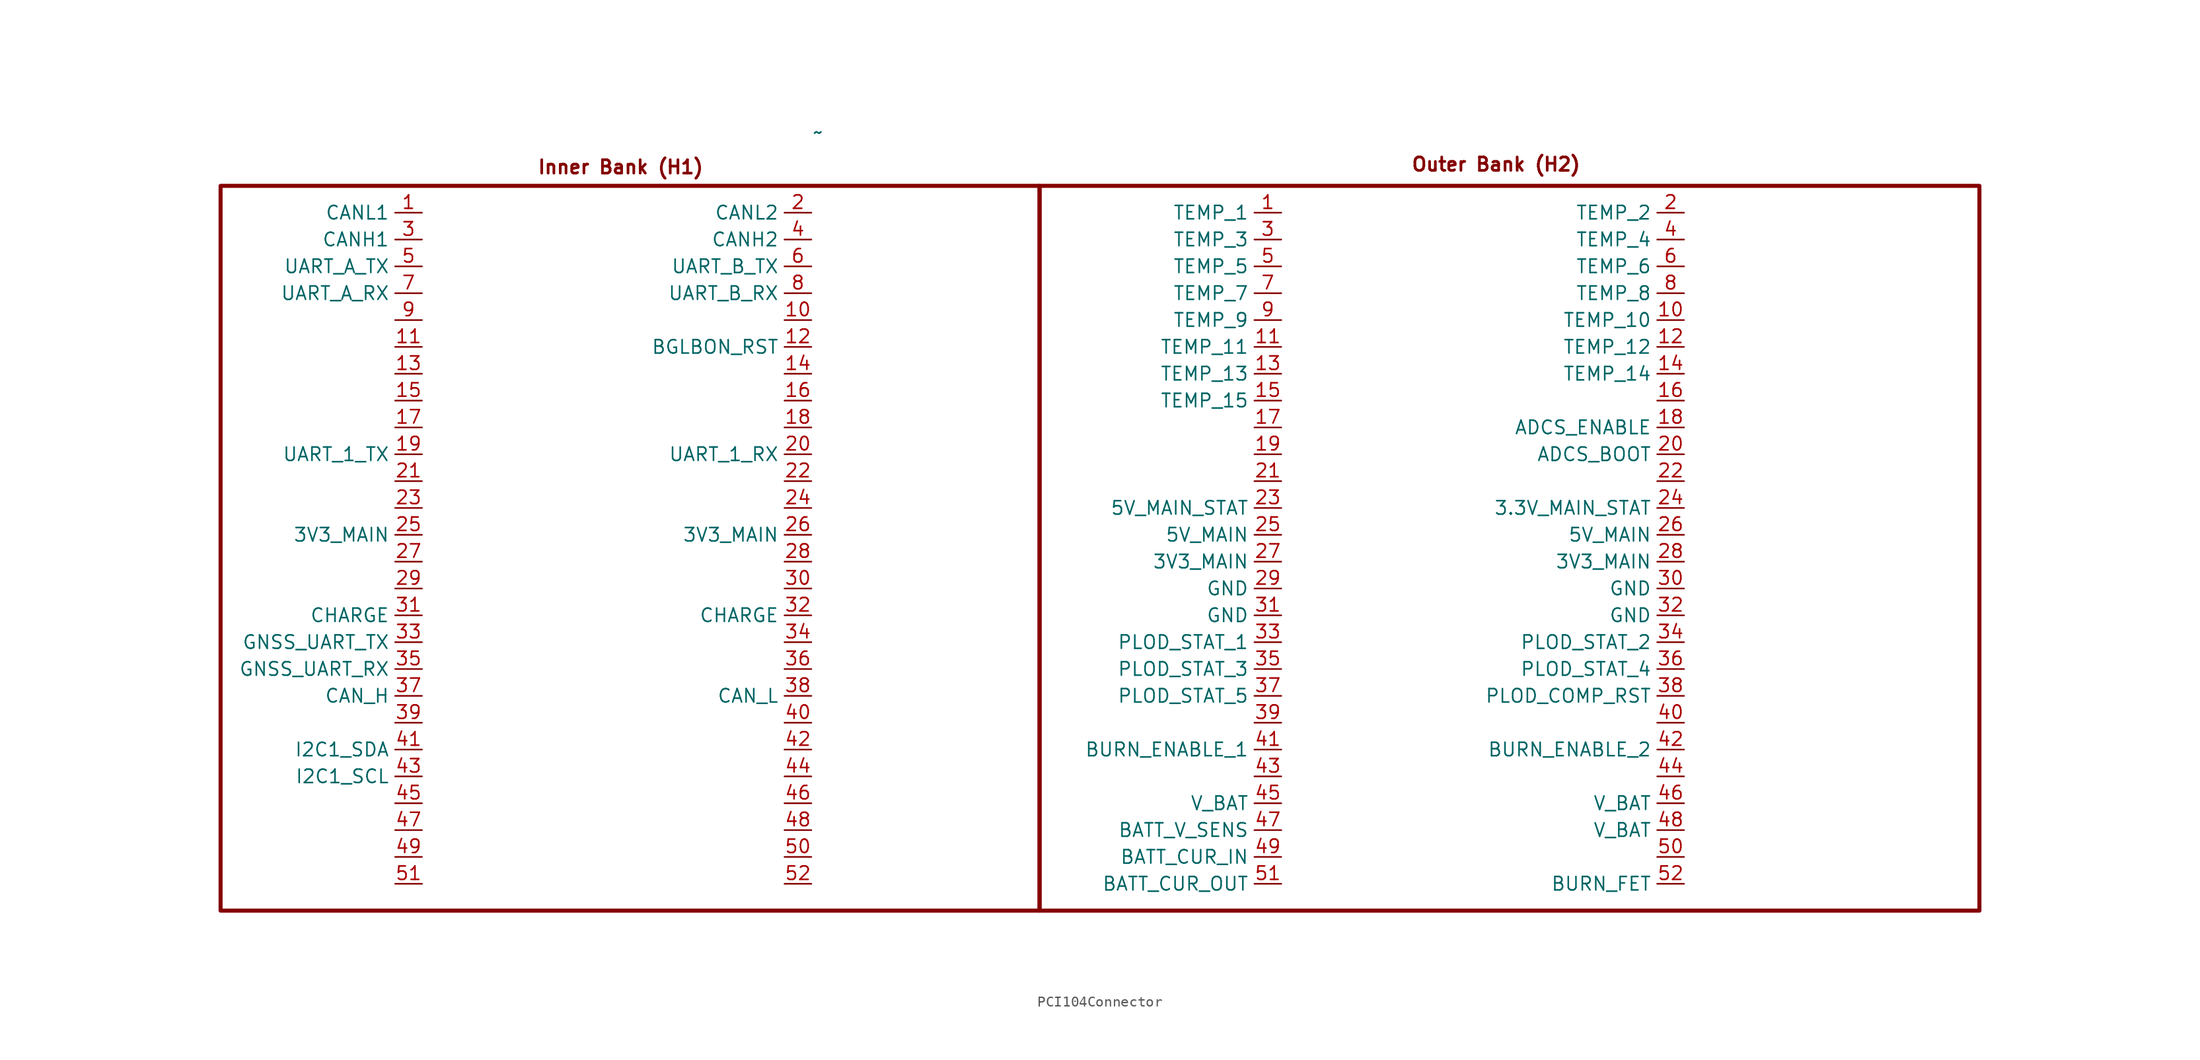
<source format=kicad_sym>
(kicad_symbol_lib
  (version 20231120)
  (generator "kicad_symbol_editor")
  (generator_version "8.0")
  (symbol "PCI104Connector"
    (property "Reference" "U2"
      (at 55.245 137.16 0)
      (effects (font (size 1.27 1.27)) (hide yes)))
    (property "Value" "~"
      (at 56.515 134.62 0)
      (effects (font (size 1.27 1.27))))
    (symbol "PCI104Connector_1_0"
      (pin input line (at 55.88 116.84 180) (length 2.54) (name "" (effects (font (size 1.27 1.27)))) (number "10" (effects (font (size 1.27 1.27)))))
      (pin input line (at 138.43 116.84 180) (length 2.54) (name "TEMP_10" (effects (font (size 1.27 1.27)))) (number "10" (effects (font (size 1.27 1.27)))))
      (pin input line (at 19.05 114.3 180) (length 2.54) (name "" (effects (font (size 1.27 1.27)))) (number "11" (effects (font (size 1.27 1.27)))))
      (pin input line (at 100.33 114.3 180) (length 2.54) (name "TEMP_11" (effects (font (size 1.27 1.27)))) (number "11" (effects (font (size 1.27 1.27)))))
      (pin input line (at 55.88 114.3 180) (length 2.54) (name "BGLBON_RST" (effects (font (size 1.27 1.27)))) (number "12" (effects (font (size 1.27 1.27)))))
      (pin input line (at 138.43 114.3 180) (length 2.54) (name "TEMP_12" (effects (font (size 1.27 1.27)))) (number "12" (effects (font (size 1.27 1.27)))))
      (pin input line (at 19.05 111.76 180) (length 2.54) (name "" (effects (font (size 1.27 1.27)))) (number "13" (effects (font (size 1.27 1.27)))))
      (pin input line (at 100.33 111.76 180) (length 2.54) (name "TEMP_13" (effects (font (size 1.27 1.27)))) (number "13" (effects (font (size 1.27 1.27)))))
      (pin input line (at 55.88 111.76 180) (length 2.54) (name "" (effects (font (size 1.27 1.27)))) (number "14" (effects (font (size 1.27 1.27)))))
      (pin input line (at 138.43 111.76 180) (length 2.54) (name "TEMP_14" (effects (font (size 1.27 1.27)))) (number "14" (effects (font (size 1.27 1.27)))))
      (pin input line (at 19.05 109.22 180) (length 2.54) (name "" (effects (font (size 1.27 1.27)))) (number "15" (effects (font (size 1.27 1.27)))))
      (pin input line (at 100.33 109.22 180) (length 2.54) (name "TEMP_15" (effects (font (size 1.27 1.27)))) (number "15" (effects (font (size 1.27 1.27)))))
      (pin input line (at 55.88 109.22 180) (length 2.54) (name "" (effects (font (size 1.27 1.27)))) (number "16" (effects (font (size 1.27 1.27)))))
      (pin input line (at 138.43 109.22 180) (length 2.54) (name "" (effects (font (size 1.27 1.27)))) (number "16" (effects (font (size 1.27 1.27)))))
      (pin input line (at 19.05 106.68 180) (length 2.54) (name "" (effects (font (size 1.27 1.27)))) (number "17" (effects (font (size 1.27 1.27)))))
      (pin input line (at 100.33 106.68 180) (length 2.54) (name "" (effects (font (size 1.27 1.27)))) (number "17" (effects (font (size 1.27 1.27)))))
      (pin input line (at 55.88 106.68 180) (length 2.54) (name "" (effects (font (size 1.27 1.27)))) (number "18" (effects (font (size 1.27 1.27)))))
      (pin input line (at 138.43 106.68 180) (length 2.54) (name "ADCS_ENABLE" (effects (font (size 1.27 1.27)))) (number "18" (effects (font (size 1.27 1.27)))))
      (pin input line (at 100.33 104.14 180) (length 2.54) (name "" (effects (font (size 1.27 1.27)))) (number "19" (effects (font (size 1.27 1.27)))))
      (pin input line (at 19.05 104.14 180) (length 2.54) (name "UART_1_TX" (effects (font (size 1.27 1.27)))) (number "19" (effects (font (size 1.27 1.27)))))
      (pin input line (at 55.88 127 180) (length 2.54) (name "CANL2" (effects (font (size 1.27 1.27)))) (number "2" (effects (font (size 1.27 1.27)))))
      (pin input line (at 138.43 127 180) (length 2.54) (name "TEMP_2" (effects (font (size 1.27 1.27)))) (number "2" (effects (font (size 1.27 1.27)))))
      (pin input line (at 138.43 104.14 180) (length 2.54) (name "ADCS_BOOT" (effects (font (size 1.27 1.27)))) (number "20" (effects (font (size 1.27 1.27)))))
      (pin input line (at 55.88 104.14 180) (length 2.54) (name "UART_1_RX" (effects (font (size 1.27 1.27)))) (number "20" (effects (font (size 1.27 1.27)))))
      (pin input line (at 19.05 101.6 180) (length 2.54) (name "" (effects (font (size 1.27 1.27)))) (number "21" (effects (font (size 1.27 1.27)))))
      (pin input line (at 100.33 101.6 180) (length 2.54) (name "" (effects (font (size 1.27 1.27)))) (number "21" (effects (font (size 1.27 1.27)))))
      (pin input line (at 55.88 101.6 180) (length 2.54) (name "" (effects (font (size 1.27 1.27)))) (number "22" (effects (font (size 1.27 1.27)))))
      (pin input line (at 138.43 101.6 180) (length 2.54) (name "" (effects (font (size 1.27 1.27)))) (number "22" (effects (font (size 1.27 1.27)))))
      (pin input line (at 19.05 99.06 180) (length 2.54) (name "" (effects (font (size 1.27 1.27)))) (number "23" (effects (font (size 1.27 1.27)))))
      (pin input line (at 100.33 99.06 180) (length 2.54) (name "5V_MAIN_STAT" (effects (font (size 1.27 1.27)))) (number "23" (effects (font (size 1.27 1.27)))))
      (pin input line (at 55.88 99.06 180) (length 2.54) (name "" (effects (font (size 1.27 1.27)))) (number "24" (effects (font (size 1.27 1.27)))))
      (pin input line (at 138.43 99.06 180) (length 2.54) (name "3.3V_MAIN_STAT" (effects (font (size 1.27 1.27)))) (number "24" (effects (font (size 1.27 1.27)))))
      (pin input line (at 19.05 96.52 180) (length 2.54) (name "3V3_MAIN" (effects (font (size 1.27 1.27)))) (number "25" (effects (font (size 1.27 1.27)))))
      (pin input line (at 100.33 96.52 180) (length 2.54) (name "5V_MAIN" (effects (font (size 1.27 1.27)))) (number "25" (effects (font (size 1.27 1.27)))))
      (pin input line (at 55.88 96.52 180) (length 2.54) (name "3V3_MAIN" (effects (font (size 1.27 1.27)))) (number "26" (effects (font (size 1.27 1.27)))))
      (pin input line (at 138.43 96.52 180) (length 2.54) (name "5V_MAIN" (effects (font (size 1.27 1.27)))) (number "26" (effects (font (size 1.27 1.27)))))
      (pin input line (at 19.05 93.98 180) (length 2.54) (name "" (effects (font (size 1.27 1.27)))) (number "27" (effects (font (size 1.27 1.27)))))
      (pin input line (at 100.33 93.98 180) (length 2.54) (name "3V3_MAIN" (effects (font (size 1.27 1.27)))) (number "27" (effects (font (size 1.27 1.27)))))
      (pin input line (at 55.88 93.98 180) (length 2.54) (name "" (effects (font (size 1.27 1.27)))) (number "28" (effects (font (size 1.27 1.27)))))
      (pin input line (at 138.43 93.98 180) (length 2.54) (name "3V3_MAIN" (effects (font (size 1.27 1.27)))) (number "28" (effects (font (size 1.27 1.27)))))
      (pin input line (at 19.05 91.44 180) (length 2.54) (name "" (effects (font (size 1.27 1.27)))) (number "29" (effects (font (size 1.27 1.27)))))
      (pin input line (at 100.33 91.44 180) (length 2.54) (name "GND" (effects (font (size 1.27 1.27)))) (number "29" (effects (font (size 1.27 1.27)))))
      (pin input line (at 55.88 91.44 180) (length 2.54) (name "" (effects (font (size 1.27 1.27)))) (number "30" (effects (font (size 1.27 1.27)))))
      (pin input line (at 138.43 91.44 180) (length 2.54) (name "GND" (effects (font (size 1.27 1.27)))) (number "30" (effects (font (size 1.27 1.27)))))
      (pin input line (at 19.05 88.9 180) (length 2.54) (name "CHARGE" (effects (font (size 1.27 1.27)))) (number "31" (effects (font (size 1.27 1.27)))))
      (pin input line (at 100.33 88.9 180) (length 2.54) (name "GND" (effects (font (size 1.27 1.27)))) (number "31" (effects (font (size 1.27 1.27)))))
      (pin input line (at 55.88 88.9 180) (length 2.54) (name "CHARGE" (effects (font (size 1.27 1.27)))) (number "32" (effects (font (size 1.27 1.27)))))
      (pin input line (at 138.43 88.9 180) (length 2.54) (name "GND" (effects (font (size 1.27 1.27)))) (number "32" (effects (font (size 1.27 1.27)))))
      (pin input line (at 19.05 86.36 180) (length 2.54) (name "GNSS_UART_TX" (effects (font (size 1.27 1.27)))) (number "33" (effects (font (size 1.27 1.27)))))
      (pin input line (at 100.33 86.36 180) (length 2.54) (name "PLOD_STAT_1" (effects (font (size 1.27 1.27)))) (number "33" (effects (font (size 1.27 1.27)))))
      (pin input line (at 55.88 86.36 180) (length 2.54) (name "" (effects (font (size 1.27 1.27)))) (number "34" (effects (font (size 1.27 1.27)))))
      (pin input line (at 138.43 86.36 180) (length 2.54) (name "PLOD_STAT_2" (effects (font (size 1.27 1.27)))) (number "34" (effects (font (size 1.27 1.27)))))
      (pin input line (at 19.05 83.82 180) (length 2.54) (name "GNSS_UART_RX" (effects (font (size 1.27 1.27)))) (number "35" (effects (font (size 1.27 1.27)))))
      (pin input line (at 100.33 83.82 180) (length 2.54) (name "PLOD_STAT_3" (effects (font (size 1.27 1.27)))) (number "35" (effects (font (size 1.27 1.27)))))
      (pin input line (at 55.88 83.82 180) (length 2.54) (name "" (effects (font (size 1.27 1.27)))) (number "36" (effects (font (size 1.27 1.27)))))
      (pin input line (at 138.43 83.82 180) (length 2.54) (name "PLOD_STAT_4" (effects (font (size 1.27 1.27)))) (number "36" (effects (font (size 1.27 1.27)))))
      (pin input line (at 19.05 81.28 180) (length 2.54) (name "CAN_H" (effects (font (size 1.27 1.27)))) (number "37" (effects (font (size 1.27 1.27)))))
      (pin input line (at 100.33 81.28 180) (length 2.54) (name "PLOD_STAT_5" (effects (font (size 1.27 1.27)))) (number "37" (effects (font (size 1.27 1.27)))))
      (pin input line (at 55.88 81.28 180) (length 2.54) (name "CAN_L" (effects (font (size 1.27 1.27)))) (number "38" (effects (font (size 1.27 1.27)))))
      (pin input line (at 138.43 81.28 180) (length 2.54) (name "PLOD_COMP_RST" (effects (font (size 1.27 1.27)))) (number "38" (effects (font (size 1.27 1.27)))))
      (pin input line (at 19.05 78.74 180) (length 2.54) (name "" (effects (font (size 1.27 1.27)))) (number "39" (effects (font (size 1.27 1.27)))))
      (pin input line (at 100.33 78.74 180) (length 2.54) (name "" (effects (font (size 1.27 1.27)))) (number "39" (effects (font (size 1.27 1.27)))))
      (pin input line (at 55.88 124.46 180) (length 2.54) (name "CANH2" (effects (font (size 1.27 1.27)))) (number "4" (effects (font (size 1.27 1.27)))))
      (pin input line (at 138.43 124.46 180) (length 2.54) (name "TEMP_4" (effects (font (size 1.27 1.27)))) (number "4" (effects (font (size 1.27 1.27)))))
      (pin input line (at 55.88 78.74 180) (length 2.54) (name "" (effects (font (size 1.27 1.27)))) (number "40" (effects (font (size 1.27 1.27)))))
      (pin input line (at 138.43 78.74 180) (length 2.54) (name "" (effects (font (size 1.27 1.27)))) (number "40" (effects (font (size 1.27 1.27)))))
      (pin input line (at 100.33 76.2 180) (length 2.54) (name "BURN_ENABLE_1" (effects (font (size 1.27 1.27)))) (number "41" (effects (font (size 1.27 1.27)))))
      (pin input line (at 19.05 76.2 180) (length 2.54) (name "I2C1_SDA" (effects (font (size 1.27 1.27)))) (number "41" (effects (font (size 1.27 1.27)))))
      (pin input line (at 55.88 76.2 180) (length 2.54) (name "" (effects (font (size 1.27 1.27)))) (number "42" (effects (font (size 1.27 1.27)))))
      (pin input line (at 138.43 76.2 180) (length 2.54) (name "BURN_ENABLE_2" (effects (font (size 1.27 1.27)))) (number "42" (effects (font (size 1.27 1.27)))))
      (pin input line (at 100.33 73.66 180) (length 2.54) (name "" (effects (font (size 1.27 1.27)))) (number "43" (effects (font (size 1.27 1.27)))))
      (pin input line (at 19.05 73.66 180) (length 2.54) (name "I2C1_SCL" (effects (font (size 1.27 1.27)))) (number "43" (effects (font (size 1.27 1.27)))))
      (pin input line (at 55.88 73.66 180) (length 2.54) (name "" (effects (font (size 1.27 1.27)))) (number "44" (effects (font (size 1.27 1.27)))))
      (pin input line (at 138.43 73.66 180) (length 2.54) (name "" (effects (font (size 1.27 1.27)))) (number "44" (effects (font (size 1.27 1.27)))))
      (pin input line (at 19.05 71.12 180) (length 2.54) (name "" (effects (font (size 1.27 1.27)))) (number "45" (effects (font (size 1.27 1.27)))))
      (pin input line (at 100.33 71.12 180) (length 2.54) (name "V_BAT" (effects (font (size 1.27 1.27)))) (number "45" (effects (font (size 1.27 1.27)))))
      (pin input line (at 55.88 71.12 180) (length 2.54) (name "" (effects (font (size 1.27 1.27)))) (number "46" (effects (font (size 1.27 1.27)))))
      (pin input line (at 138.43 71.12 180) (length 2.54) (name "V_BAT" (effects (font (size 1.27 1.27)))) (number "46" (effects (font (size 1.27 1.27)))))
      (pin input line (at 19.05 68.58 180) (length 2.54) (name "" (effects (font (size 1.27 1.27)))) (number "47" (effects (font (size 1.27 1.27)))))
      (pin input line (at 100.33 68.58 180) (length 2.54) (name "BATT_V_SENS" (effects (font (size 1.27 1.27)))) (number "47" (effects (font (size 1.27 1.27)))))
      (pin input line (at 55.88 68.58 180) (length 2.54) (name "" (effects (font (size 1.27 1.27)))) (number "48" (effects (font (size 1.27 1.27)))))
      (pin input line (at 138.43 68.58 180) (length 2.54) (name "V_BAT" (effects (font (size 1.27 1.27)))) (number "48" (effects (font (size 1.27 1.27)))))
      (pin input line (at 19.05 66.04 180) (length 2.54) (name "" (effects (font (size 1.27 1.27)))) (number "49" (effects (font (size 1.27 1.27)))))
      (pin input line (at 100.33 66.04 180) (length 2.54) (name "BATT_CUR_IN" (effects (font (size 1.27 1.27)))) (number "49" (effects (font (size 1.27 1.27)))))
      (pin input line (at 100.33 121.92 180) (length 2.54) (name "TEMP_5" (effects (font (size 1.27 1.27)))) (number "5" (effects (font (size 1.27 1.27)))))
      (pin input line (at 19.05 121.92 180) (length 2.54) (name "UART_A_TX" (effects (font (size 1.27 1.27)))) (number "5" (effects (font (size 1.27 1.27)))))
      (pin input line (at 55.88 66.04 180) (length 2.54) (name "" (effects (font (size 1.27 1.27)))) (number "50" (effects (font (size 1.27 1.27)))))
      (pin input line (at 138.43 66.04 180) (length 2.54) (name "" (effects (font (size 1.27 1.27)))) (number "50" (effects (font (size 1.27 1.27)))))
      (pin input line (at 19.05 63.5 180) (length 2.54) (name "" (effects (font (size 1.27 1.27)))) (number "51" (effects (font (size 1.27 1.27)))))
      (pin input line (at 100.33 63.5 180) (length 2.54) (name "BATT_CUR_OUT" (effects (font (size 1.27 1.27)))) (number "51" (effects (font (size 1.27 1.27)))))
      (pin input line (at 55.88 63.5 180) (length 2.54) (name "" (effects (font (size 1.27 1.27)))) (number "52" (effects (font (size 1.27 1.27)))))
      (pin input line (at 138.43 63.5 180) (length 2.54) (name "BURN_FET" (effects (font (size 1.27 1.27)))) (number "52" (effects (font (size 1.27 1.27)))))
      (pin input line (at 138.43 121.92 180) (length 2.54) (name "TEMP_6" (effects (font (size 1.27 1.27)))) (number "6" (effects (font (size 1.27 1.27)))))
      (pin input line (at 55.88 121.92 180) (length 2.54) (name "UART_B_TX" (effects (font (size 1.27 1.27)))) (number "6" (effects (font (size 1.27 1.27)))))
      (pin input line (at 100.33 119.38 180) (length 2.54) (name "TEMP_7" (effects (font (size 1.27 1.27)))) (number "7" (effects (font (size 1.27 1.27)))))
      (pin input line (at 19.05 119.38 180) (length 2.54) (name "UART_A_RX" (effects (font (size 1.27 1.27)))) (number "7" (effects (font (size 1.27 1.27)))))
      (pin input line (at 138.43 119.38 180) (length 2.54) (name "TEMP_8" (effects (font (size 1.27 1.27)))) (number "8" (effects (font (size 1.27 1.27)))))
      (pin input line (at 55.88 119.38 180) (length 2.54) (name "UART_B_RX" (effects (font (size 1.27 1.27)))) (number "8" (effects (font (size 1.27 1.27)))))
      (pin input line (at 19.05 116.84 180) (length 2.54) (name "" (effects (font (size 1.27 1.27)))) (number "9" (effects (font (size 1.27 1.27)))))
      (pin input line (at 100.33 116.84 180) (length 2.54) (name "TEMP_9" (effects (font (size 1.27 1.27)))) (number "9" (effects (font (size 1.27 1.27))))))
    (symbol "PCI104Connector_1_1"
      (rectangle (start 0 129.54) (end 77.47 60.96) (stroke (width 0.381) (type default)) (fill (type none)))
      (rectangle (start 77.47 129.54) (end 166.37 60.96) (stroke (width 0.381) (type default)) (fill (type none)))
      (text "Inner Bank (H1)" (at 37.846 131.318 0) (effects (font (size 1.27 1.27) (bold yes))))
      (text "Outer Bank (H2)\n\n" (at 120.65 130.556 0) (effects (font (size 1.27 1.27) (bold yes))))
      (pin input line (at 19.05 127 180) (length 2.54) (name "CANL1" (effects (font (size 1.27 1.27)))) (number "1" (effects (font (size 1.27 1.27)))))
      (pin input line (at 100.33 127 180) (length 2.54) (name "TEMP_1" (effects (font (size 1.27 1.27)))) (number "1" (effects (font (size 1.27 1.27)))))
      (pin input line (at 19.05 124.46 180) (length 2.54) (name "CANH1" (effects (font (size 1.27 1.27)))) (number "3" (effects (font (size 1.27 1.27)))))
      (pin input line (at 100.33 124.46 180) (length 2.54) (name "TEMP_3" (effects (font (size 1.27 1.27)))) (number "3" (effects (font (size 1.27 1.27))))))))
</source>
